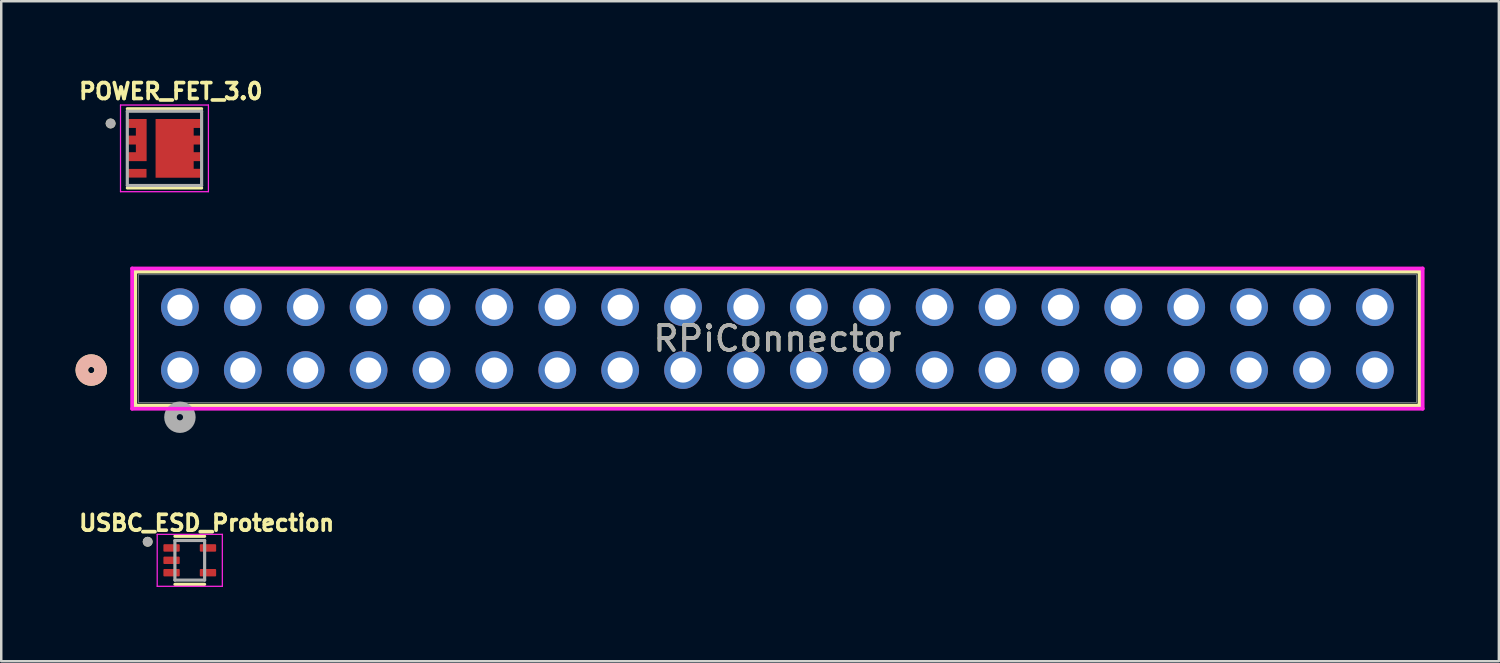
<source format=kicad_pcb>
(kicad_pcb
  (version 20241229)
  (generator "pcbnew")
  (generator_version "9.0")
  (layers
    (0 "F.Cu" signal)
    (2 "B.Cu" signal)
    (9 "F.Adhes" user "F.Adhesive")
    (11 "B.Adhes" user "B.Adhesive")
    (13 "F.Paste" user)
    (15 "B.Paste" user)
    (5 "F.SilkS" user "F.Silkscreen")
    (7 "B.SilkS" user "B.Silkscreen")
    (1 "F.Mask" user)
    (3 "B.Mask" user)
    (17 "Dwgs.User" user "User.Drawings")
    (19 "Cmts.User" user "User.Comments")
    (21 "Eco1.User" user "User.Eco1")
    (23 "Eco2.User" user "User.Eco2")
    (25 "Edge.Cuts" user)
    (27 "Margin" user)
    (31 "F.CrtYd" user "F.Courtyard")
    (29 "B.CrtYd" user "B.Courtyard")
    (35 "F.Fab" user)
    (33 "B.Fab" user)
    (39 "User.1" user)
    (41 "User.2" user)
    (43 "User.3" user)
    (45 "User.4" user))
  (footprint "RPiConnector"
    (layer "F.Cu")
    (at 4.216 11.895)
    (property "Reference" "RPiConnector" (at 24.13 -1.27 0) (unlocked yes) (layer "F.SilkS") (effects (font (size 1 1) (thickness 0.15))))
    (attr through_hole)
    (fp_line (start -1.803 -3.975) (end -1.803 1.435) (stroke (width 0.152) (type solid)) (layer "F.SilkS"))
    (fp_line (start -1.803 1.435) (end 50.063 1.435) (stroke (width 0.152) (type solid)) (layer "F.SilkS"))
    (fp_line (start 50.063 -3.975) (end -1.803 -3.975) (stroke (width 0.152) (type solid)) (layer "F.SilkS"))
    (fp_line (start 50.063 1.435) (end 50.063 -3.975) (stroke (width 0.152) (type solid)) (layer "F.SilkS"))
    (fp_circle (center -3.581 0) (end -3.2 0) (stroke (width 0.508) (type solid)) (fill no) (layer "F.SilkS"))
    (fp_circle (center -3.581 0) (end -3.2 0) (stroke (width 0.508) (type solid)) (fill no) (layer "B.SilkS"))
    (fp_line (start -1.93 -4.102) (end -1.93 1.562) (stroke (width 0.152) (type solid)) (layer "F.CrtYd"))
    (fp_line (start -1.93 1.562) (end 50.19 1.562) (stroke (width 0.152) (type solid)) (layer "F.CrtYd"))
    (fp_line (start 50.19 -4.102) (end -1.93 -4.102) (stroke (width 0.152) (type solid)) (layer "F.CrtYd"))
    (fp_line (start 50.19 1.562) (end 50.19 -4.102) (stroke (width 0.152) (type solid)) (layer "F.CrtYd"))
    (fp_line (start -1.676 -3.848) (end -1.676 1.308) (stroke (width 0.025) (type solid)) (layer "F.Fab"))
    (fp_line (start -1.676 1.308) (end 49.936 1.308) (stroke (width 0.025) (type solid)) (layer "F.Fab"))
    (fp_line (start 49.936 -3.848) (end -1.676 -3.848) (stroke (width 0.025) (type solid)) (layer "F.Fab"))
    (fp_line (start 49.936 1.308) (end 49.936 -3.848) (stroke (width 0.025) (type solid)) (layer "F.Fab"))
    (fp_circle (center 0 1.905) (end 0.381 1.905) (stroke (width 0.508) (type solid)) (fill no) (layer "F.Fab"))
    (fp_text user "${REFERENCE}" (at 24.13 -1.27 0) (unlocked yes) (layer "F.Fab") (effects (font (size 1 1) (thickness 0.15))))
    (pad "1" thru_hole circle (at 0 0) (size 1.524 1.524) (drill 1.016) (layers "*.Cu" "*.Mask"))
    (pad "2" thru_hole circle (at 0 -2.54) (size 1.524 1.524) (drill 1.016) (layers "*.Cu" "*.Mask"))
    (pad "3" thru_hole circle (at 2.54 0) (size 1.524 1.524) (drill 1.016) (layers "*.Cu" "*.Mask"))
    (pad "4" thru_hole circle (at 2.54 -2.54) (size 1.524 1.524) (drill 1.016) (layers "*.Cu" "*.Mask"))
    (pad "5" thru_hole circle (at 5.08 0) (size 1.524 1.524) (drill 1.016) (layers "*.Cu" "*.Mask"))
    (pad "6" thru_hole circle (at 5.08 -2.54) (size 1.524 1.524) (drill 1.016) (layers "*.Cu" "*.Mask"))
    (pad "7" thru_hole circle (at 7.62 0) (size 1.524 1.524) (drill 1.016) (layers "*.Cu" "*.Mask"))
    (pad "8" thru_hole circle (at 7.62 -2.54) (size 1.524 1.524) (drill 1.016) (layers "*.Cu" "*.Mask"))
    (pad "9" thru_hole circle (at 10.16 0) (size 1.524 1.524) (drill 1.016) (layers "*.Cu" "*.Mask"))
    (pad "10" thru_hole circle (at 10.16 -2.54) (size 1.524 1.524) (drill 1.016) (layers "*.Cu" "*.Mask"))
    (pad "11" thru_hole circle (at 12.7 0) (size 1.524 1.524) (drill 1.016) (layers "*.Cu" "*.Mask"))
    (pad "12" thru_hole circle (at 12.7 -2.54) (size 1.524 1.524) (drill 1.016) (layers "*.Cu" "*.Mask"))
    (pad "13" thru_hole circle (at 15.24 0) (size 1.524 1.524) (drill 1.016) (layers "*.Cu" "*.Mask"))
    (pad "14" thru_hole circle (at 15.24 -2.54) (size 1.524 1.524) (drill 1.016) (layers "*.Cu" "*.Mask"))
    (pad "15" thru_hole circle (at 17.78 0) (size 1.524 1.524) (drill 1.016) (layers "*.Cu" "*.Mask"))
    (pad "16" thru_hole circle (at 17.78 -2.54) (size 1.524 1.524) (drill 1.016) (layers "*.Cu" "*.Mask"))
    (pad "17" thru_hole circle (at 20.32 0) (size 1.524 1.524) (drill 1.016) (layers "*.Cu" "*.Mask"))
    (pad "18" thru_hole circle (at 20.32 -2.54) (size 1.524 1.524) (drill 1.016) (layers "*.Cu" "*.Mask"))
    (pad "19" thru_hole circle (at 22.86 0) (size 1.524 1.524) (drill 1.016) (layers "*.Cu" "*.Mask"))
    (pad "20" thru_hole circle (at 22.86 -2.54) (size 1.524 1.524) (drill 1.016) (layers "*.Cu" "*.Mask"))
    (pad "21" thru_hole circle (at 25.4 0) (size 1.524 1.524) (drill 1.016) (layers "*.Cu" "*.Mask"))
    (pad "22" thru_hole circle (at 25.4 -2.54) (size 1.524 1.524) (drill 1.016) (layers "*.Cu" "*.Mask"))
    (pad "23" thru_hole circle (at 27.94 0) (size 1.524 1.524) (drill 1.016) (layers "*.Cu" "*.Mask"))
    (pad "24" thru_hole circle (at 27.94 -2.54) (size 1.524 1.524) (drill 1.016) (layers "*.Cu" "*.Mask"))
    (pad "25" thru_hole circle (at 30.48 0) (size 1.524 1.524) (drill 1.016) (layers "*.Cu" "*.Mask"))
    (pad "26" thru_hole circle (at 30.48 -2.54) (size 1.524 1.524) (drill 1.016) (layers "*.Cu" "*.Mask"))
    (pad "27" thru_hole circle (at 33.02 0) (size 1.524 1.524) (drill 1.016) (layers "*.Cu" "*.Mask"))
    (pad "28" thru_hole circle (at 33.02 -2.54) (size 1.524 1.524) (drill 1.016) (layers "*.Cu" "*.Mask"))
    (pad "29" thru_hole circle (at 35.56 0) (size 1.524 1.524) (drill 1.016) (layers "*.Cu" "*.Mask"))
    (pad "30" thru_hole circle (at 35.56 -2.54) (size 1.524 1.524) (drill 1.016) (layers "*.Cu" "*.Mask"))
    (pad "31" thru_hole circle (at 38.1 0) (size 1.524 1.524) (drill 1.016) (layers "*.Cu" "*.Mask"))
    (pad "32" thru_hole circle (at 38.1 -2.54) (size 1.524 1.524) (drill 1.016) (layers "*.Cu" "*.Mask"))
    (pad "33" thru_hole circle (at 40.64 0) (size 1.524 1.524) (drill 1.016) (layers "*.Cu" "*.Mask"))
    (pad "34" thru_hole circle (at 40.64 -2.54) (size 1.524 1.524) (drill 1.016) (layers "*.Cu" "*.Mask"))
    (pad "35" thru_hole circle (at 43.18 0) (size 1.524 1.524) (drill 1.016) (layers "*.Cu" "*.Mask"))
    (pad "36" thru_hole circle (at 43.18 -2.54) (size 1.524 1.524) (drill 1.016) (layers "*.Cu" "*.Mask"))
    (pad "37" thru_hole circle (at 45.72 0) (size 1.524 1.524) (drill 1.016) (layers "*.Cu" "*.Mask"))
    (pad "38" thru_hole circle (at 45.72 -2.54) (size 1.524 1.524) (drill 1.016) (layers "*.Cu" "*.Mask"))
    (pad "39" thru_hole circle (at 48.26 0) (size 1.524 1.524) (drill 1.016) (layers "*.Cu" "*.Mask"))
    (pad "40" thru_hole circle (at 48.26 -2.54) (size 1.524 1.524) (drill 1.016) (layers "*.Cu" "*.Mask")))
  (footprint "POWER_FET_3.0"
    (layer "F.Cu")
    (at 3.592 2.942)
    (property "Reference" "POWER_FET_3.0" (at 0.257 -2.304 0) (layer "F.SilkS") (effects (font (size 0.64 0.64) (thickness 0.15))))
    (attr smd)
    (fp_poly (pts (xy -0.725 0.83) (xy -0.725 1.18) (xy -1.125 1.18) (xy -1.525 1.18) (xy -1.525 0.83) (xy -0.725 0.83)) (stroke (width 0.01) (type solid)) (fill yes) (layer "F.Mask"))
    (fp_poly (pts (xy -0.725 0.51) (xy -1.525 0.51) (xy -1.525 0.16) (xy -1.15 0.16) (xy -1.15 -0.16) (xy -1.525 -0.16) (xy -1.525 -0.51) (xy -1.15 -0.51) (xy -1.15 -0.83) (xy -1.525 -0.83) (xy -1.525 -1.18) (xy -0.725 -1.18)) (stroke (width 0.01) (type solid)) (fill yes) (layer "F.Mask"))
    (fp_poly (pts (xy -0.354 1.18) (xy -0.354 -1.18) (xy 1.525 -1.18) (xy 1.525 -0.83) (xy 1.175 -0.83) (xy 1.175 -0.51) (xy 1.525 -0.51) (xy 1.525 -0.16) (xy 1.175 -0.16) (xy 1.175 0.16) (xy 1.525 0.16) (xy 1.525 0.51) (xy 1.175 0.51) (xy 1.175 0.83) (xy 1.525 0.83) (xy 1.525 1.18)) (stroke (width 0.01) (type solid)) (fill yes) (layer "F.Mask"))
    (fp_line (start -1.5 -1.6) (end 1.5 -1.6) (stroke (width 0.127) (type solid)) (layer "F.SilkS"))
    (fp_line (start -1.5 1.6) (end 1.5 1.6) (stroke (width 0.127) (type solid)) (layer "F.SilkS"))
    (fp_circle (center -2.175 -1.005) (end -2.075 -1.005) (stroke (width 0.2) (type solid)) (fill no) (layer "F.SilkS"))
    (fp_poly (pts (xy -1.515 -0.84) (xy -1.515 -1.17) (xy -0.735 -1.17) (xy -0.735 -0.84)) (stroke (width 0.01) (type solid)) (fill yes) (layer "F.Paste"))
    (fp_poly (pts (xy -1.515 -0.17) (xy -1.515 -0.5) (xy -0.735 -0.5) (xy -0.735 -0.17)) (stroke (width 0.01) (type solid)) (fill yes) (layer "F.Paste"))
    (fp_poly (pts (xy -1.515 0.5) (xy -1.515 0.17) (xy -0.735 0.17) (xy -0.735 0.5)) (stroke (width 0.01) (type solid)) (fill yes) (layer "F.Paste"))
    (fp_poly (pts (xy -1.515 1.17) (xy -1.515 0.84) (xy -0.735 0.84) (xy -0.735 1.17)) (stroke (width 0.01) (type solid)) (fill yes) (layer "F.Paste"))
    (fp_poly (pts (xy -0.36 -0.17) (xy -0.36 -1.161) (xy 0.45 -1.161) (xy 0.45 -0.17)) (stroke (width 0.01) (type solid)) (fill yes) (layer "F.Paste"))
    (fp_poly (pts (xy -0.36 1.161) (xy -0.36 0.17) (xy 0.45 0.17) (xy 0.45 1.161)) (stroke (width 0.01) (type solid)) (fill yes) (layer "F.Paste"))
    (fp_poly (pts (xy 0.7 -1.16) (xy 1.51 -1.16) (xy 1.51 -0.835) (xy 1.16 -0.835) (xy 1.16 -0.495) (xy 1.51 -0.495) (xy 1.51 -0.17) (xy 0.7 -0.17)) (stroke (width 0.01) (type solid)) (fill yes) (layer "F.Paste"))
    (fp_poly (pts (xy 0.7 0.17) (xy 1.51 0.17) (xy 1.51 0.495) (xy 1.16 0.495) (xy 1.16 0.835) (xy 1.51 0.835) (xy 1.51 1.16) (xy 0.7 1.16)) (stroke (width 0.01) (type solid)) (fill yes) (layer "F.Paste"))
    (fp_line (start -1.775 -1.75) (end 1.775 -1.75) (stroke (width 0.05) (type solid)) (layer "F.CrtYd"))
    (fp_line (start -1.775 1.75) (end -1.775 -1.75) (stroke (width 0.05) (type solid)) (layer "F.CrtYd"))
    (fp_line (start 1.775 -1.75) (end 1.775 1.75) (stroke (width 0.05) (type solid)) (layer "F.CrtYd"))
    (fp_line (start 1.775 1.75) (end -1.775 1.75) (stroke (width 0.05) (type solid)) (layer "F.CrtYd"))
    (fp_line (start -1.5 -1.5) (end 1.5 -1.5) (stroke (width 0.127) (type solid)) (layer "F.Fab"))
    (fp_line (start -1.5 1.5) (end -1.5 -1.5) (stroke (width 0.127) (type solid)) (layer "F.Fab"))
    (fp_line (start 1.5 -1.5) (end 1.5 1.5) (stroke (width 0.127) (type solid)) (layer "F.Fab"))
    (fp_line (start 1.5 1.5) (end -1.5 1.5) (stroke (width 0.127) (type solid)) (layer "F.Fab"))
    (fp_circle (center -2.175 -1.005) (end -2.075 -1.005) (stroke (width 0.2) (type solid)) (fill no) (layer "F.Fab"))
    (pad "1_2_3" smd custom (at -1.35 -0.335) (size 0.1 0.1) (layers "F.Cu") (options (anchor rect)) (primitives (gr_poly (pts (xy 0.625 0.845) (xy -0.175 0.845) (xy -0.175 0.495) (xy 0.2 0.495) (xy 0.2 0.175) (xy -0.175 0.175) (xy -0.175 -0.175) (xy 0.2 -0.175) (xy 0.2 -0.495) (xy -0.175 -0.495) (xy -0.175 -0.845) (xy 0.625 -0.845)) (width 0.01) (fill yes))))
    (pad "4" smd rect (at -1.125 1.005) (size 0.8 0.35) (layers "F.Cu"))
    (pad "5_6_7_8" smd custom (at 0 0) (size 0.1 0.1) (layers "F.Cu") (options (anchor rect)) (primitives (gr_poly (pts (xy -0.354 1.18) (xy -0.354 -1.18) (xy 1.525 -1.18) (xy 1.525 -0.83) (xy 1.175 -0.83) (xy 1.175 -0.51) (xy 1.525 -0.51) (xy 1.525 -0.16) (xy 1.175 -0.16) (xy 1.175 0.16) (xy 1.525 0.16) (xy 1.525 0.51) (xy 1.175 0.51) (xy 1.175 0.83) (xy 1.525 0.83) (xy 1.525 1.18)) (width 0.01) (fill yes)))))
  (footprint "USBC_ESD_Protection"
    (layer "F.Cu")
    (at 4.614 19.579)
    (property "Reference" "USBC_ESD_Protection" (at 0.682 -1.506 0) (layer "F.SilkS") (effects (font (size 0.64 0.64) (thickness 0.15))))
    (attr smd)
    (fp_line (start -0.6 -0.97) (end 0.6 -0.97) (stroke (width 0.127) (type solid)) (layer "F.SilkS"))
    (fp_line (start 0.6 0.97) (end -0.6 0.97) (stroke (width 0.127) (type solid)) (layer "F.SilkS"))
    (fp_circle (center -1.7 -0.75) (end -1.6 -0.75) (stroke (width 0.2) (type solid)) (fill no) (layer "F.SilkS"))
    (fp_line (start -1.315 -1.05) (end 1.315 -1.05) (stroke (width 0.05) (type solid)) (layer "F.CrtYd"))
    (fp_line (start -1.315 1.05) (end -1.315 -1.05) (stroke (width 0.05) (type solid)) (layer "F.CrtYd"))
    (fp_line (start 1.315 -1.05) (end 1.315 1.05) (stroke (width 0.05) (type solid)) (layer "F.CrtYd"))
    (fp_line (start 1.315 1.05) (end -1.315 1.05) (stroke (width 0.05) (type solid)) (layer "F.CrtYd"))
    (fp_line (start -0.6 -0.8) (end 0.6 -0.8) (stroke (width 0.127) (type solid)) (layer "F.Fab"))
    (fp_line (start -0.6 0.8) (end -0.6 -0.8) (stroke (width 0.127) (type solid)) (layer "F.Fab"))
    (fp_line (start 0.6 -0.8) (end 0.6 0.8) (stroke (width 0.127) (type solid)) (layer "F.Fab"))
    (fp_line (start 0.6 0.8) (end -0.6 0.8) (stroke (width 0.127) (type solid)) (layer "F.Fab"))
    (fp_circle (center -1.7 -0.75) (end -1.6 -0.75) (stroke (width 0.2) (type solid)) (fill no) (layer "F.Fab"))
    (pad "1" smd roundrect (at -0.735 -0.5) (size 0.66 0.3) (layers "F.Cu" "F.Mask" "F.Paste") (roundrect_rratio 0.125))
    (pad "2" smd roundrect (at -0.735 0) (size 0.66 0.3) (layers "F.Cu" "F.Mask" "F.Paste") (roundrect_rratio 0.125))
    (pad "3" smd roundrect (at -0.735 0.5) (size 0.66 0.3) (layers "F.Cu" "F.Mask" "F.Paste") (roundrect_rratio 0.125))
    (pad "4" smd roundrect (at 0.735 0.5) (size 0.66 0.3) (layers "F.Cu" "F.Mask" "F.Paste") (roundrect_rratio 0.125))
    (pad "5" smd roundrect (at 0.735 -0.5) (size 0.66 0.3) (layers "F.Cu" "F.Mask" "F.Paste") (roundrect_rratio 0.125)))
  (gr_rect
    (start -3 -3)
    (end 57.483 23.654)
    (stroke (width 0.1) (type default))
    (fill no)
    (layer "Edge.Cuts")))
</source>
